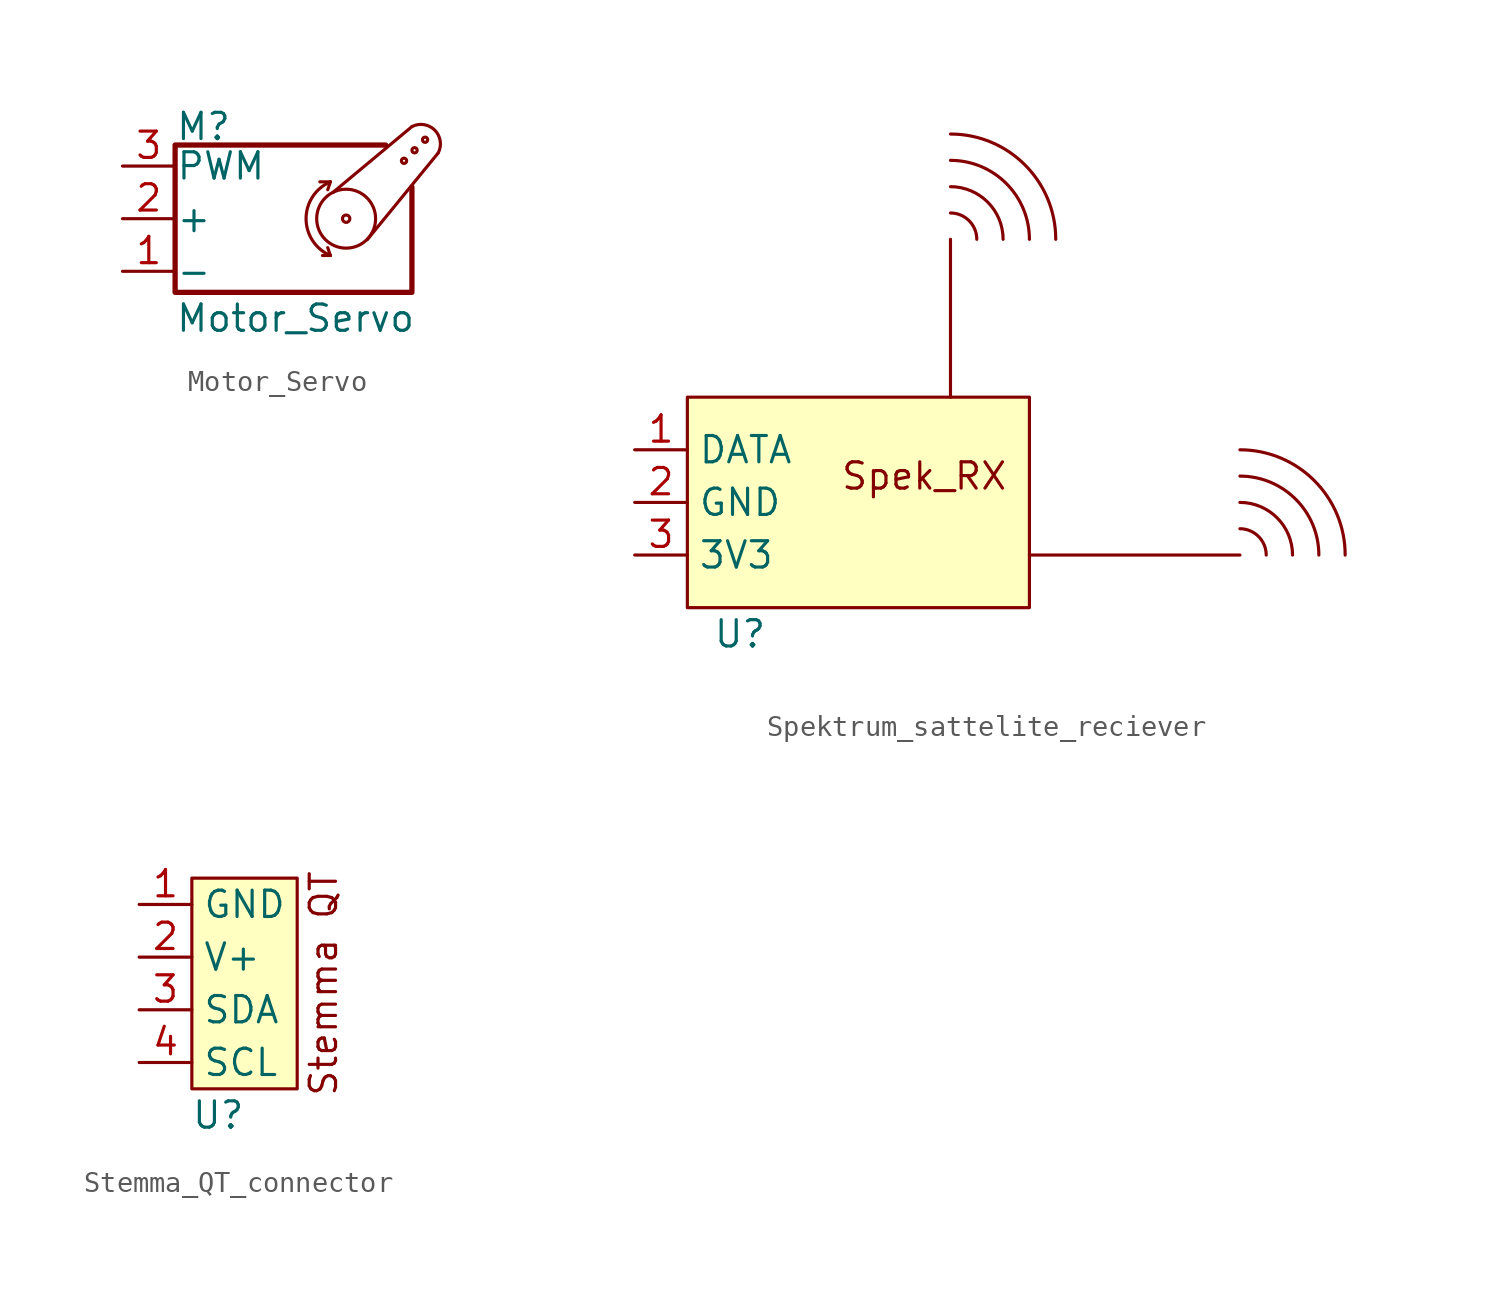
<source format=kicad_sym>
(kicad_symbol_lib
  (version 20220914)
  (generator kicad_symbol_editor)
  (symbol "Motor_Servo"
    (pin_names
      (offset 0.025))
    (property "Reference" "M"
      (at -5.08 4.445 0)
      (effects (font (size 1.27 1.27)) (justify left)))
    (property "Value" "Motor_Servo"
      (at -5.08 -4.064 0)
      (effects (font (size 1.27 1.27)) (justify left top)))
    (symbol "Motor_Servo_0_1"
      (polyline (pts (xy 2.413 -1.778) (xy 2.032 -1.778)) (stroke (width 0) (type default)) (fill (type none)))
      (polyline (pts (xy 2.413 -1.778) (xy 2.286 -1.397)) (stroke (width 0) (type default)) (fill (type none)))
      (polyline (pts (xy 2.413 1.778) (xy 1.905 1.778)) (stroke (width 0) (type default)) (fill (type none)))
      (polyline (pts (xy 2.413 1.778) (xy 2.286 1.397)) (stroke (width 0) (type default)) (fill (type none)))
      (polyline (pts (xy 6.35 4.445) (xy 2.54 1.27)) (stroke (width 0) (type default)) (fill (type none)))
      (polyline (pts (xy 7.62 3.175) (xy 4.191 -1.016)) (stroke (width 0) (type default)) (fill (type none)))
      (polyline (pts (xy 5.08 3.556) (xy -5.08 3.556) (xy -5.08 -3.556) (xy 6.35 -3.556) (xy 6.35 1.524)) (stroke (width 0.254) (type default)) (fill (type none)))
      (arc (start 2.413 1.778) (mid 1.2406 0) (end 2.413 -1.778) (stroke (width 0) (type default)) (fill (type none)))
      (circle (center 3.175 0) (radius 0.178) (stroke (width 0) (type default)) (fill (type none)))
      (circle (center 3.175 0) (radius 1.422) (stroke (width 0) (type default)) (fill (type none)))
      (circle (center 5.969 2.794) (radius 0.127) (stroke (width 0) (type default)) (fill (type none)))
      (circle (center 6.477 3.302) (radius 0.127) (stroke (width 0) (type default)) (fill (type none)))
      (circle (center 6.985 3.81) (radius 0.127) (stroke (width 0) (type default)) (fill (type none)))
      (arc (start 7.62 3.175) (mid 7.4485 4.2735) (end 6.35 4.445) (stroke (width 0) (type default)) (fill (type none))))
    (symbol "Motor_Servo_1_1"
      (pin passive line (at -7.62 -2.54 0) (length 2.54) (name "-" (effects (font (size 1.27 1.27)))) (number "1" (effects (font (size 1.27 1.27)))))
      (pin passive line (at -7.62 0 0) (length 2.54) (name "+" (effects (font (size 1.27 1.27)))) (number "2" (effects (font (size 1.27 1.27)))))
      (pin passive line (at -7.62 2.54 0) (length 2.54) (name "PWM" (effects (font (size 1.27 1.27)))) (number "3" (effects (font (size 1.27 1.27)))))))
  (symbol "Spektrum_sattelite_reciever"
    (property "Reference" "U"
      (at 2.54 -3.81 0)
      (effects (font (size 1.27 1.27))))
    (property "Value" ""
      (at 0 0 0)
      (effects (font (size 1.27 1.27))))
    (symbol "Spektrum_sattelite_reciever_0_1"
      (arc (start 13.97 15.24) (mid 13.598 16.138) (end 12.7 16.51) (stroke (width 0) (type default)) (fill (type none)))
      (arc (start 27.94 0) (mid 27.568 0.898) (end 26.67 1.27) (stroke (width 0) (type default)) (fill (type none)))
      (arc (start 29.21 0) (mid 28.4661 1.7961) (end 26.67 2.54) (stroke (width 0) (type default)) (fill (type none)))
      (arc (start 30.48 0) (mid 29.3641 2.6941) (end 26.67 3.81) (stroke (width 0) (type default)) (fill (type none)))
      (arc (start 31.75 0) (mid 30.2621 3.5921) (end 26.67 5.08) (stroke (width 0) (type default)) (fill (type none))))
    (symbol "Spektrum_sattelite_reciever_1_1"
      (polyline (pts (xy 12.7 7.62) (xy 12.7 15.24)) (stroke (width 0) (type default)) (fill (type none)))
      (polyline (pts (xy 16.51 0) (xy 24.13 0) (xy 26.67 0)) (stroke (width 0) (type default)) (fill (type none)))
      (rectangle (start 0 7.62) (end 16.51 -2.54) (stroke (width 0) (type default)) (fill (type background)))
      (arc (start 15.24 15.24) (mid 14.4961 17.0361) (end 12.7 17.78) (stroke (width 0) (type default)) (fill (type none)))
      (arc (start 16.51 15.24) (mid 15.3941 17.9341) (end 12.7 19.05) (stroke (width 0) (type default)) (fill (type none)))
      (arc (start 17.78 15.24) (mid 16.2921 18.8321) (end 12.7 20.32) (stroke (width 0) (type default)) (fill (type none)))
      (text "Spek_RX" (at 11.43 3.81 0) (effects (font (size 1.27 1.27))))
      (pin output line (at -2.54 5.08 0) (length 2.54) (name "DATA" (effects (font (size 1.27 1.27)))) (number "1" (effects (font (size 1.27 1.27)))))
      (pin power_in line (at -2.54 2.54 0) (length 2.54) (name "GND" (effects (font (size 1.27 1.27)))) (number "2" (effects (font (size 1.27 1.27)))))
      (pin power_in line (at -2.54 0 0) (length 2.54) (name "3V3" (effects (font (size 1.27 1.27)))) (number "3" (effects (font (size 1.27 1.27)))))))
  (symbol "Stemma_QT_connector"
    (property "Reference" "U"
      (at 1.27 -1.27 0)
      (effects (font (size 1.27 1.27))))
    (property "Value" ""
      (at 0 0 0)
      (effects (font (size 1.27 1.27))))
    (symbol "Stemma_QT_connector_1_1"
      (rectangle (start 0 10.16) (end 5.08 0) (stroke (width 0) (type default)) (fill (type background)))
      (text "Stemma QT" (at 6.35 5.08 900) (effects (font (size 1.27 1.27))))
      (pin unspecified line (at -2.54 8.89 0) (length 2.54) (name "GND" (effects (font (size 1.27 1.27)))) (number "1" (effects (font (size 1.27 1.27)))))
      (pin unspecified line (at -2.54 6.35 0) (length 2.54) (name "V+" (effects (font (size 1.27 1.27)))) (number "2" (effects (font (size 1.27 1.27)))))
      (pin unspecified line (at -2.54 3.81 0) (length 2.54) (name "SDA" (effects (font (size 1.27 1.27)))) (number "3" (effects (font (size 1.27 1.27)))))
      (pin unspecified line (at -2.54 1.27 0) (length 2.54) (name "SCL" (effects (font (size 1.27 1.27)))) (number "4" (effects (font (size 1.27 1.27))))))))
</source>
